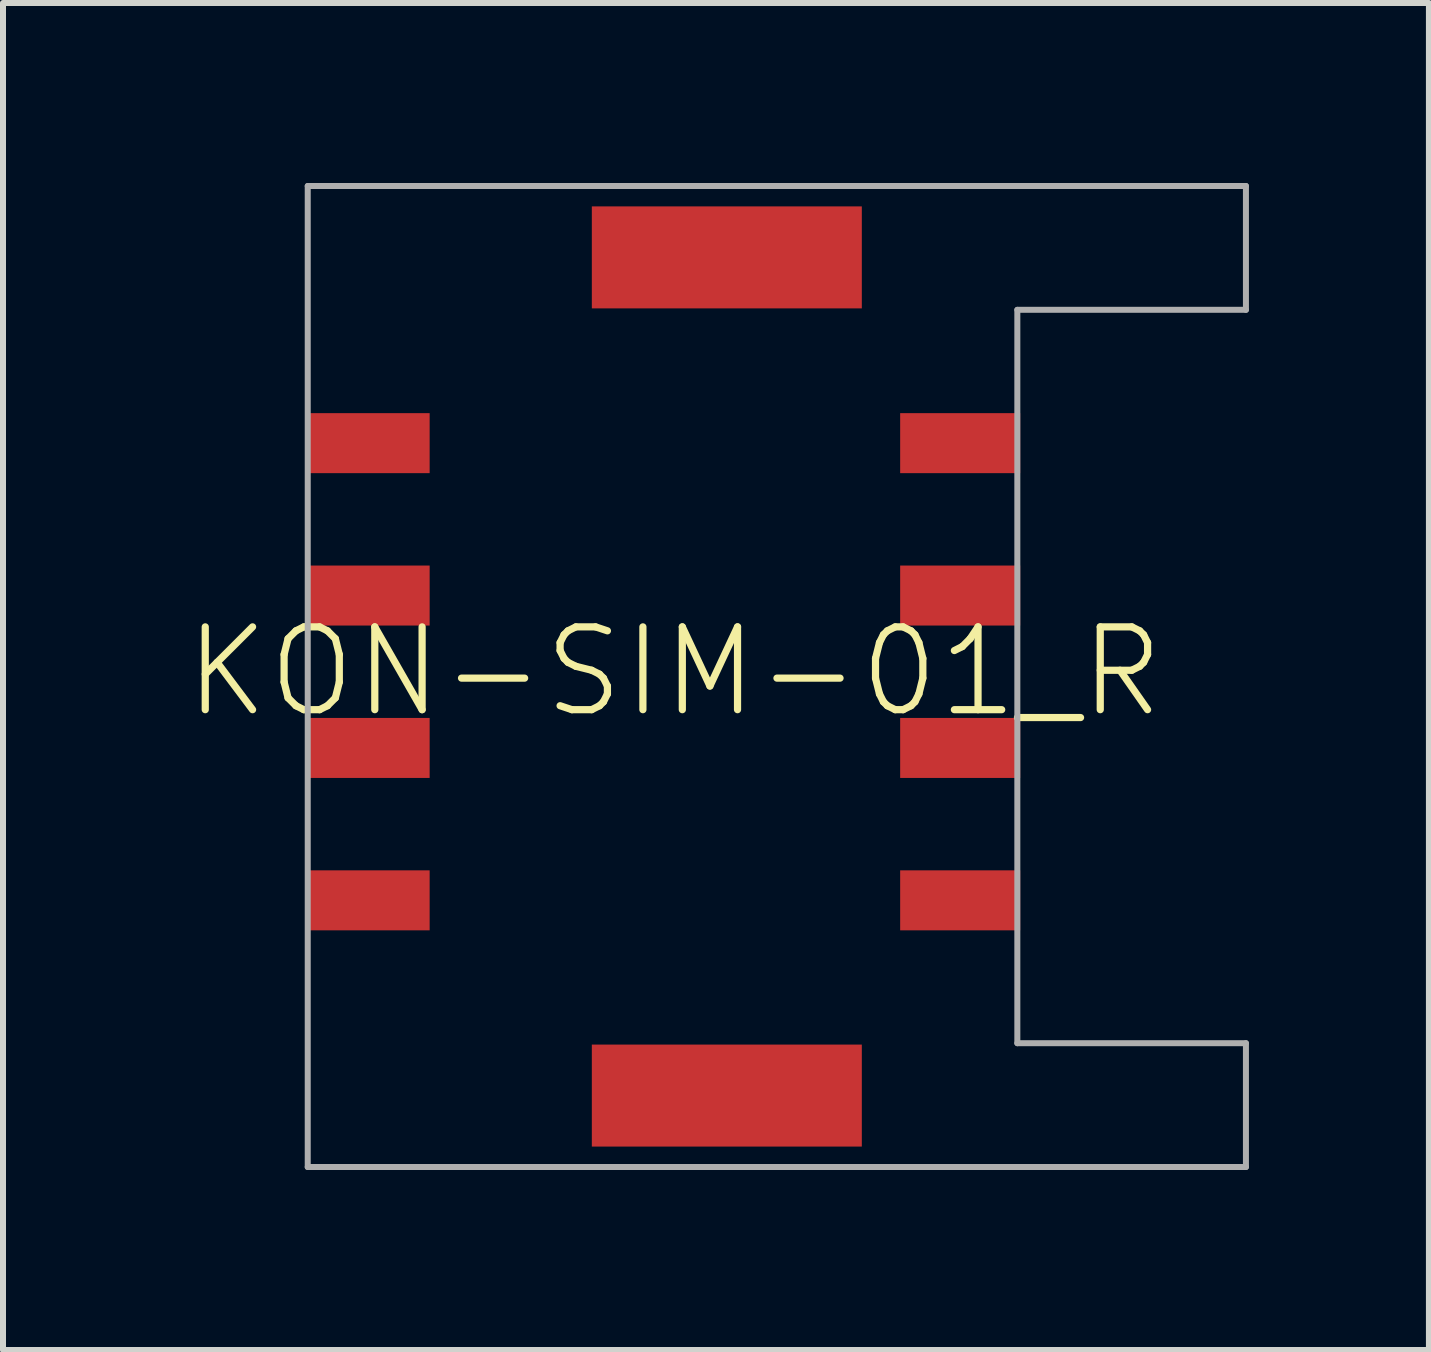
<source format=kicad_pcb>
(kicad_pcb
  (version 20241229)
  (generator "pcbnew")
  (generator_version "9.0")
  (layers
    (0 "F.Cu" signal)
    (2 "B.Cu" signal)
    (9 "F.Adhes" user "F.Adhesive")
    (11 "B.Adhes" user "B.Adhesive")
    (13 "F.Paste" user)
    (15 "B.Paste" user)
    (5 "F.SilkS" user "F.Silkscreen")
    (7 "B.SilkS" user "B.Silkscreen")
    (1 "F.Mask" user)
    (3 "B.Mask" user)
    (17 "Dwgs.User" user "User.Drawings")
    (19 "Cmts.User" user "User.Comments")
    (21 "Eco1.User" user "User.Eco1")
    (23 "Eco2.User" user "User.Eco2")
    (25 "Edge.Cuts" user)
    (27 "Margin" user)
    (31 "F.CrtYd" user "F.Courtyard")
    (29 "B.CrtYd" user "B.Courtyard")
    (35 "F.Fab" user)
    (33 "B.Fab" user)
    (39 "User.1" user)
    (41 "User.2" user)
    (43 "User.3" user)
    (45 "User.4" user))
  (footprint "KON-SIM-01_R"
    (layer "F.Cu")
    (at 3.111 8.146)
    (property "Reference" "KON-SIM-01_R" (at 5.08 0 0) (unlocked yes) (layer "F.SilkS") (effects (font (size 1.38 1.38) (thickness 0.12))))
    (fp_line (start -1.032 -8.096) (end -1.032 8.255) (stroke (width 0.1) (type solid)) (layer "F.Fab"))
    (fp_line (start -1.032 -8.096) (end 14.605 -8.096) (stroke (width 0.1) (type solid)) (layer "F.Fab"))
    (fp_line (start -1.032 8.255) (end 14.605 8.255) (stroke (width 0.1) (type solid)) (layer "F.Fab"))
    (fp_line (start 10.795 -6.032) (end 10.795 6.191) (stroke (width 0.1) (type solid)) (layer "F.Fab"))
    (fp_line (start 10.795 -6.032) (end 14.605 -6.032) (stroke (width 0.1) (type solid)) (layer "F.Fab"))
    (fp_line (start 10.795 6.191) (end 14.605 6.191) (stroke (width 0.1) (type solid)) (layer "F.Fab"))
    (fp_line (start 14.605 -8.096) (end 14.605 -6.032) (stroke (width 0.1) (type solid)) (layer "F.Fab"))
    (fp_line (start 14.605 8.255) (end 14.605 6.191) (stroke (width 0.1) (type solid)) (layer "F.Fab"))
    (pad "1" smd rect (at 9.842 -3.81 90) (size 1 2) (layers "F.Cu" "F.Mask" "F.Paste"))
    (pad "2" smd rect (at 9.842 -1.27 90) (size 1 2) (layers "F.Cu" "F.Mask" "F.Paste"))
    (pad "3" smd rect (at 9.842 1.27 90) (size 1 2) (layers "F.Cu" "F.Mask" "F.Paste"))
    (pad "4" smd rect (at 9.842 3.81 90) (size 1 2) (layers "F.Cu" "F.Mask" "F.Paste"))
    (pad "5" smd rect (at 0 -3.81 90) (size 1 2) (layers "F.Cu" "F.Mask" "F.Paste"))
    (pad "6" smd rect (at 0 -1.27 90) (size 1 2) (layers "F.Cu" "F.Mask" "F.Paste"))
    (pad "7" smd rect (at 0 1.27 90) (size 1 2) (layers "F.Cu" "F.Mask" "F.Paste"))
    (pad "8" smd rect (at 0 3.81 90) (size 1 2) (layers "F.Cu" "F.Mask" "F.Paste"))
    (pad "CS1" smd rect (at 5.953 -6.906) (size 4.5 1.7) (layers "F.Cu" "F.Mask" "F.Paste"))
    (pad "CS2" smd rect (at 5.953 7.064) (size 4.5 1.7) (layers "F.Cu" "F.Mask" "F.Paste")))
  (gr_rect
    (start -3 -3)
    (end 20.766 19.451)
    (stroke (width 0.1) (type default))
    (fill no)
    (layer "Edge.Cuts")))
</source>
